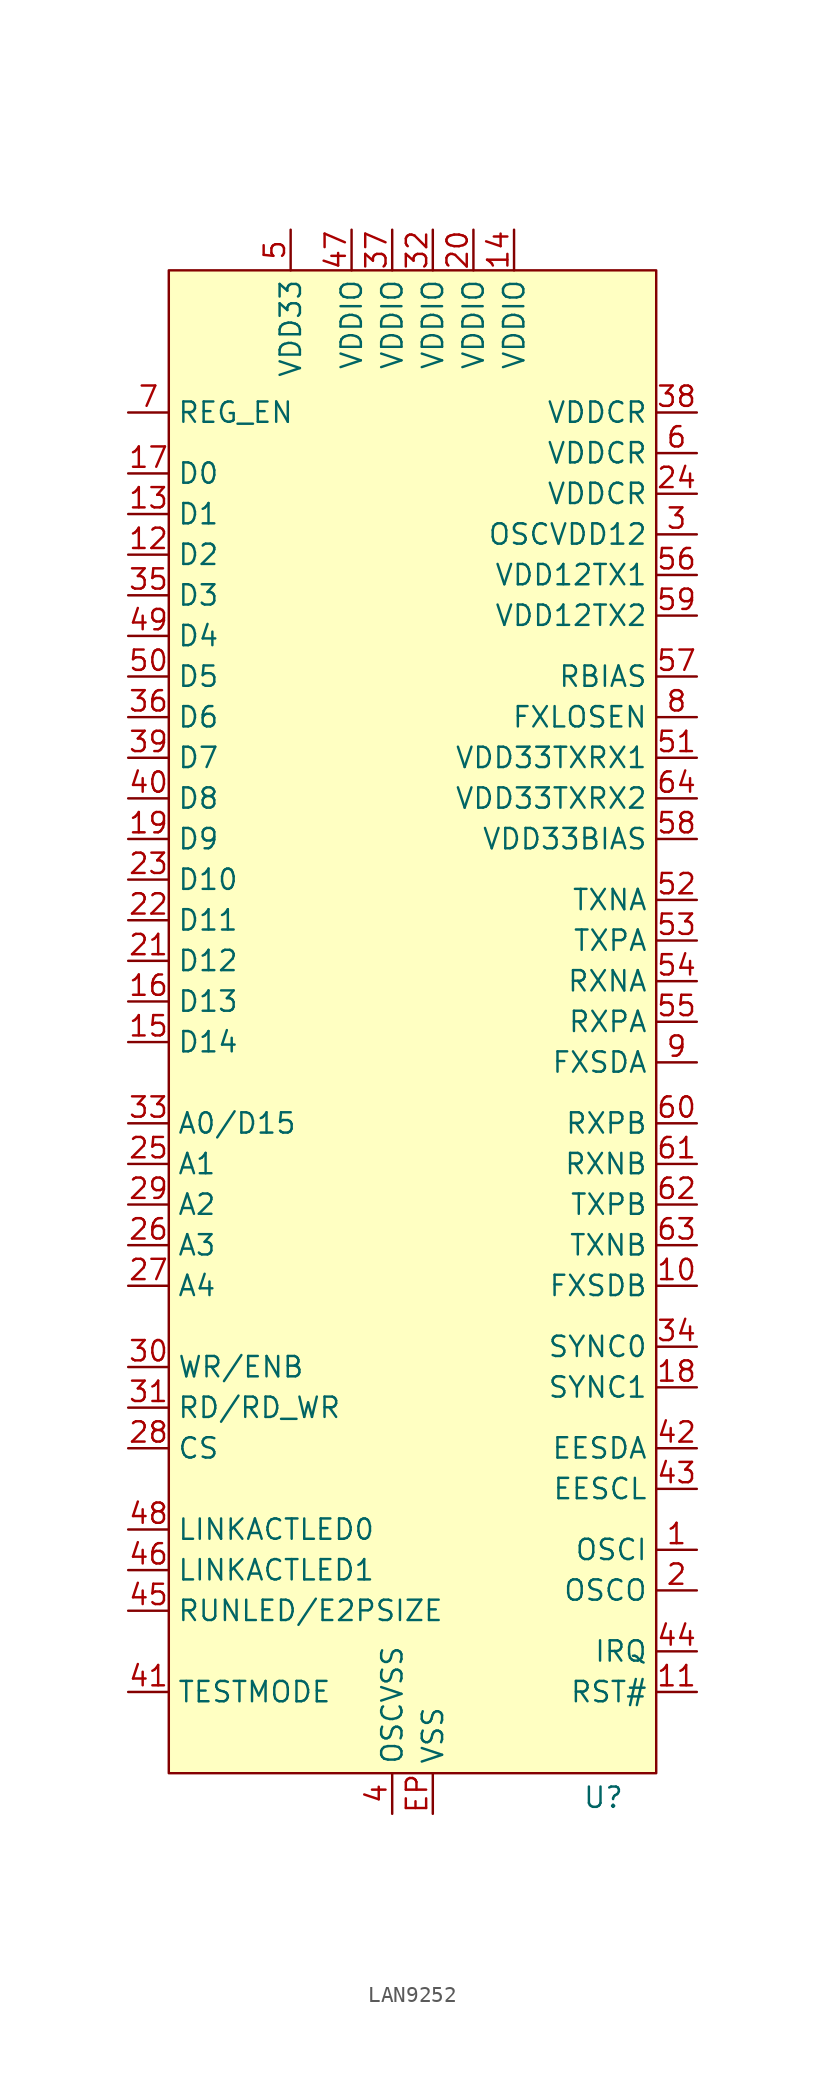
<source format=kicad_sym>
(kicad_symbol_lib
  (version 20231120)
  (generator "kicad_symbol_editor")
  (generator_version "8.0")
  (symbol "LAN9252"
    (property "Reference" "U"
      (at 11.938 -51.054 0)
      (effects (font (size 1.27 1.27))))
    (property "Value" ""
      (at 17.78 25.4 0)
      (effects (font (size 1.27 1.27))))
    (symbol "LAN9252_0_0"
      (pin unspecified line (at 17.78 -35.56 180) (length 2.54) (name "OSCI" (effects (font (size 1.27 1.27)))) (number "1" (effects (font (size 1.27 1.27)))))
      (pin unspecified line (at 17.78 -44.45 180) (length 2.54) (name "RST#" (effects (font (size 1.27 1.27)))) (number "11" (effects (font (size 1.27 1.27)))))
      (pin power_in line (at 6.35 46.99 270) (length 2.54) (name "VDDIO" (effects (font (size 1.27 1.27)))) (number "14" (effects (font (size 1.27 1.27)))))
      (pin unspecified line (at -17.78 -1.27 0) (length 2.54) (name "D13" (effects (font (size 1.27 1.27)))) (number "16" (effects (font (size 1.27 1.27)))))
      (pin unspecified line (at -17.78 31.75 0) (length 2.54) (name "D0" (effects (font (size 1.27 1.27)))) (number "17" (effects (font (size 1.27 1.27)))))
      (pin unspecified line (at -17.78 8.89 0) (length 2.54) (name "D9" (effects (font (size 1.27 1.27)))) (number "19" (effects (font (size 1.27 1.27)))))
      (pin unspecified line (at 17.78 -38.1 180) (length 2.54) (name "OSCO" (effects (font (size 1.27 1.27)))) (number "2" (effects (font (size 1.27 1.27)))))
      (pin power_in line (at 3.81 46.99 270) (length 2.54) (name "VDDIO" (effects (font (size 1.27 1.27)))) (number "20" (effects (font (size 1.27 1.27)))))
      (pin unspecified line (at -17.78 1.27 0) (length 2.54) (name "D12" (effects (font (size 1.27 1.27)))) (number "21" (effects (font (size 1.27 1.27)))))
      (pin unspecified line (at -17.78 3.81 0) (length 2.54) (name "D11" (effects (font (size 1.27 1.27)))) (number "22" (effects (font (size 1.27 1.27)))))
      (pin unspecified line (at -17.78 6.35 0) (length 2.54) (name "D10" (effects (font (size 1.27 1.27)))) (number "23" (effects (font (size 1.27 1.27)))))
      (pin unspecified line (at 17.78 30.48 180) (length 2.54) (name "VDDCR" (effects (font (size 1.27 1.27)))) (number "24" (effects (font (size 1.27 1.27)))))
      (pin unspecified line (at -17.78 -11.43 0) (length 2.54) (name "A1" (effects (font (size 1.27 1.27)))) (number "25" (effects (font (size 1.27 1.27)))))
      (pin unspecified line (at -17.78 -16.51 0) (length 2.54) (name "A3" (effects (font (size 1.27 1.27)))) (number "26" (effects (font (size 1.27 1.27)))))
      (pin unspecified line (at -17.78 -19.05 0) (length 2.54) (name "A4" (effects (font (size 1.27 1.27)))) (number "27" (effects (font (size 1.27 1.27)))))
      (pin unspecified line (at -17.78 -29.21 0) (length 2.54) (name "CS" (effects (font (size 1.27 1.27)))) (number "28" (effects (font (size 1.27 1.27)))))
      (pin unspecified line (at -17.78 -13.97 0) (length 2.54) (name "A2" (effects (font (size 1.27 1.27)))) (number "29" (effects (font (size 1.27 1.27)))))
      (pin unspecified line (at 17.78 27.94 180) (length 2.54) (name "OSCVDD12" (effects (font (size 1.27 1.27)))) (number "3" (effects (font (size 1.27 1.27)))))
      (pin unspecified line (at -17.78 -24.13 0) (length 2.54) (name "WR/ENB" (effects (font (size 1.27 1.27)))) (number "30" (effects (font (size 1.27 1.27)))))
      (pin unspecified line (at -17.78 -26.67 0) (length 2.54) (name "RD/RD_WR" (effects (font (size 1.27 1.27)))) (number "31" (effects (font (size 1.27 1.27)))))
      (pin power_in line (at 1.27 46.99 270) (length 2.54) (name "VDDIO" (effects (font (size 1.27 1.27)))) (number "32" (effects (font (size 1.27 1.27)))))
      (pin unspecified line (at -17.78 -8.89 0) (length 2.54) (name "A0/D15" (effects (font (size 1.27 1.27)))) (number "33" (effects (font (size 1.27 1.27)))))
      (pin unspecified line (at -17.78 24.13 0) (length 2.54) (name "D3" (effects (font (size 1.27 1.27)))) (number "35" (effects (font (size 1.27 1.27)))))
      (pin unspecified line (at -17.78 16.51 0) (length 2.54) (name "D6" (effects (font (size 1.27 1.27)))) (number "36" (effects (font (size 1.27 1.27)))))
      (pin power_in line (at -1.27 46.99 270) (length 2.54) (name "VDDIO" (effects (font (size 1.27 1.27)))) (number "37" (effects (font (size 1.27 1.27)))))
      (pin unspecified line (at 17.78 35.56 180) (length 2.54) (name "VDDCR" (effects (font (size 1.27 1.27)))) (number "38" (effects (font (size 1.27 1.27)))))
      (pin unspecified line (at -17.78 13.97 0) (length 2.54) (name "D7" (effects (font (size 1.27 1.27)))) (number "39" (effects (font (size 1.27 1.27)))))
      (pin unspecified line (at -1.27 -52.07 90) (length 2.54) (name "OSCVSS" (effects (font (size 1.27 1.27)))) (number "4" (effects (font (size 1.27 1.27)))))
      (pin unspecified line (at -17.78 11.43 0) (length 2.54) (name "D8" (effects (font (size 1.27 1.27)))) (number "40" (effects (font (size 1.27 1.27)))))
      (pin unspecified line (at -17.78 -44.45 0) (length 2.54) (name "TESTMODE" (effects (font (size 1.27 1.27)))) (number "41" (effects (font (size 1.27 1.27)))))
      (pin unspecified line (at 17.78 -41.91 180) (length 2.54) (name "IRQ" (effects (font (size 1.27 1.27)))) (number "44" (effects (font (size 1.27 1.27)))))
      (pin unspecified line (at -17.78 -39.37 0) (length 2.54) (name "RUNLED/E2PSIZE" (effects (font (size 1.27 1.27)))) (number "45" (effects (font (size 1.27 1.27)))))
      (pin power_in line (at -3.81 46.99 270) (length 2.54) (name "VDDIO" (effects (font (size 1.27 1.27)))) (number "47" (effects (font (size 1.27 1.27)))))
      (pin unspecified line (at -17.78 21.59 0) (length 2.54) (name "D4" (effects (font (size 1.27 1.27)))) (number "49" (effects (font (size 1.27 1.27)))))
      (pin power_in line (at -7.62 46.99 270) (length 2.54) (name "VDD33" (effects (font (size 1.27 1.27)))) (number "5" (effects (font (size 1.27 1.27)))))
      (pin unspecified line (at -17.78 19.05 0) (length 2.54) (name "D5" (effects (font (size 1.27 1.27)))) (number "50" (effects (font (size 1.27 1.27)))))
      (pin unspecified line (at 17.78 13.97 180) (length 2.54) (name "VDD33TXRX1" (effects (font (size 1.27 1.27)))) (number "51" (effects (font (size 1.27 1.27)))))
      (pin unspecified line (at 17.78 5.08 180) (length 2.54) (name "TXNA" (effects (font (size 1.27 1.27)))) (number "52" (effects (font (size 1.27 1.27)))))
      (pin unspecified line (at 17.78 2.54 180) (length 2.54) (name "TXPA" (effects (font (size 1.27 1.27)))) (number "53" (effects (font (size 1.27 1.27)))))
      (pin unspecified line (at 17.78 0 180) (length 2.54) (name "RXNA" (effects (font (size 1.27 1.27)))) (number "54" (effects (font (size 1.27 1.27)))))
      (pin unspecified line (at 17.78 -2.54 180) (length 2.54) (name "RXPA" (effects (font (size 1.27 1.27)))) (number "55" (effects (font (size 1.27 1.27)))))
      (pin unspecified line (at 17.78 25.4 180) (length 2.54) (name "VDD12TX1" (effects (font (size 1.27 1.27)))) (number "56" (effects (font (size 1.27 1.27)))))
      (pin unspecified line (at 17.78 19.05 180) (length 2.54) (name "RBIAS" (effects (font (size 1.27 1.27)))) (number "57" (effects (font (size 1.27 1.27)))))
      (pin unspecified line (at 17.78 8.89 180) (length 2.54) (name "VDD33BIAS" (effects (font (size 1.27 1.27)))) (number "58" (effects (font (size 1.27 1.27)))))
      (pin unspecified line (at 17.78 22.86 180) (length 2.54) (name "VDD12TX2" (effects (font (size 1.27 1.27)))) (number "59" (effects (font (size 1.27 1.27)))))
      (pin unspecified line (at 17.78 33.02 180) (length 2.54) (name "VDDCR" (effects (font (size 1.27 1.27)))) (number "6" (effects (font (size 1.27 1.27)))))
      (pin unspecified line (at 17.78 -8.89 180) (length 2.54) (name "RXPB" (effects (font (size 1.27 1.27)))) (number "60" (effects (font (size 1.27 1.27)))))
      (pin unspecified line (at 17.78 -11.43 180) (length 2.54) (name "RXNB" (effects (font (size 1.27 1.27)))) (number "61" (effects (font (size 1.27 1.27)))))
      (pin unspecified line (at 17.78 -13.97 180) (length 2.54) (name "TXPB" (effects (font (size 1.27 1.27)))) (number "62" (effects (font (size 1.27 1.27)))))
      (pin unspecified line (at 17.78 -16.51 180) (length 2.54) (name "TXNB" (effects (font (size 1.27 1.27)))) (number "63" (effects (font (size 1.27 1.27)))))
      (pin unspecified line (at 17.78 11.43 180) (length 2.54) (name "VDD33TXRX2" (effects (font (size 1.27 1.27)))) (number "64" (effects (font (size 1.27 1.27)))))
      (pin input line (at -17.78 35.56 0) (length 2.54) (name "REG_EN" (effects (font (size 1.27 1.27)))) (number "7" (effects (font (size 1.27 1.27)))))
      (pin unspecified line (at 17.78 16.51 180) (length 2.54) (name "FXLOSEN" (effects (font (size 1.27 1.27)))) (number "8" (effects (font (size 1.27 1.27)))))
      (pin unspecified line (at 1.27 -52.07 90) (length 2.54) (name "VSS" (effects (font (size 1.27 1.27)))) (number "EP" (effects (font (size 1.27 1.27))))))
    (symbol "LAN9252_0_1"
      (rectangle (start -15.24 44.45) (end 15.24 -49.53) (stroke (width 0) (type default)) (fill (type color) (color 255 255 194 1))))
    (symbol "LAN9252_1_0"
      (pin unspecified line (at 17.78 -19.05 180) (length 2.54) (name "FXSDB" (effects (font (size 1.27 1.27)))) (number "10" (effects (font (size 1.27 1.27)))) (alternate "FXDENB" unspecified line) (alternate "FXLOSB" unspecified line))
      (pin unspecified line (at -17.78 26.67 0) (length 2.54) (name "D2" (effects (font (size 1.27 1.27)))) (number "12" (effects (font (size 1.27 1.27)))) (alternate "AD2" unspecified line) (alternate "SIO2" unspecified line) (alternate "SOF" unspecified line))
      (pin unspecified line (at -17.78 29.21 0) (length 2.54) (name "D1" (effects (font (size 1.27 1.27)))) (number "13" (effects (font (size 1.27 1.27)))) (alternate "AD1" unspecified line) (alternate "EOF" unspecified line) (alternate "SIO1" unspecified line) (alternate "SO" unspecified line))
      (pin unspecified line (at -17.78 -3.81 0) (length 2.54) (name "D14" (effects (font (size 1.27 1.27)))) (number "15" (effects (font (size 1.27 1.27)))) (alternate "AD14" unspecified line) (alternate "DIGIO8" unspecified line) (alternate "GPI8/GPO8" unspecified line) (alternate "MII_TXD3/TX_SHIFT1" unspecified line))
      (pin unspecified line (at 17.78 -25.4 180) (length 2.54) (name "SYNC1" (effects (font (size 1.27 1.27)))) (number "18" (effects (font (size 1.27 1.27)))) (alternate "LATCH1" unspecified line))
      (pin unspecified line (at 17.78 -22.86 180) (length 2.54) (name "SYNC0" (effects (font (size 1.27 1.27)))) (number "34" (effects (font (size 1.27 1.27)))) (alternate "LATCH0" unspecified line))
      (pin unspecified line (at 17.78 -29.21 180) (length 2.54) (name "EESDA" (effects (font (size 1.27 1.27)))) (number "42" (effects (font (size 1.27 1.27)))) (alternate "TMS" unspecified line))
      (pin unspecified line (at 17.78 -31.75 180) (length 2.54) (name "EESCL" (effects (font (size 1.27 1.27)))) (number "43" (effects (font (size 1.27 1.27)))) (alternate "TCK" unspecified line))
      (pin unspecified line (at -17.78 -36.83 0) (length 2.54) (name "LINKACTLED1" (effects (font (size 1.27 1.27)))) (number "46" (effects (font (size 1.27 1.27)))) (alternate "CHIP_MODE1" unspecified line) (alternate "TDI1" unspecified line))
      (pin unspecified line (at -17.78 -34.29 0) (length 2.54) (name "LINKACTLED0" (effects (font (size 1.27 1.27)))) (number "48" (effects (font (size 1.27 1.27)))) (alternate "CHIP_MODE0" unspecified line) (alternate "TDI0" unspecified line))
      (pin unspecified line (at 17.78 -5.08 180) (length 2.54) (name "FXSDA" (effects (font (size 1.27 1.27)))) (number "9" (effects (font (size 1.27 1.27)))) (alternate "FXLOSA" unspecified line) (alternate "FXSDENA" unspecified line)))))
</source>
